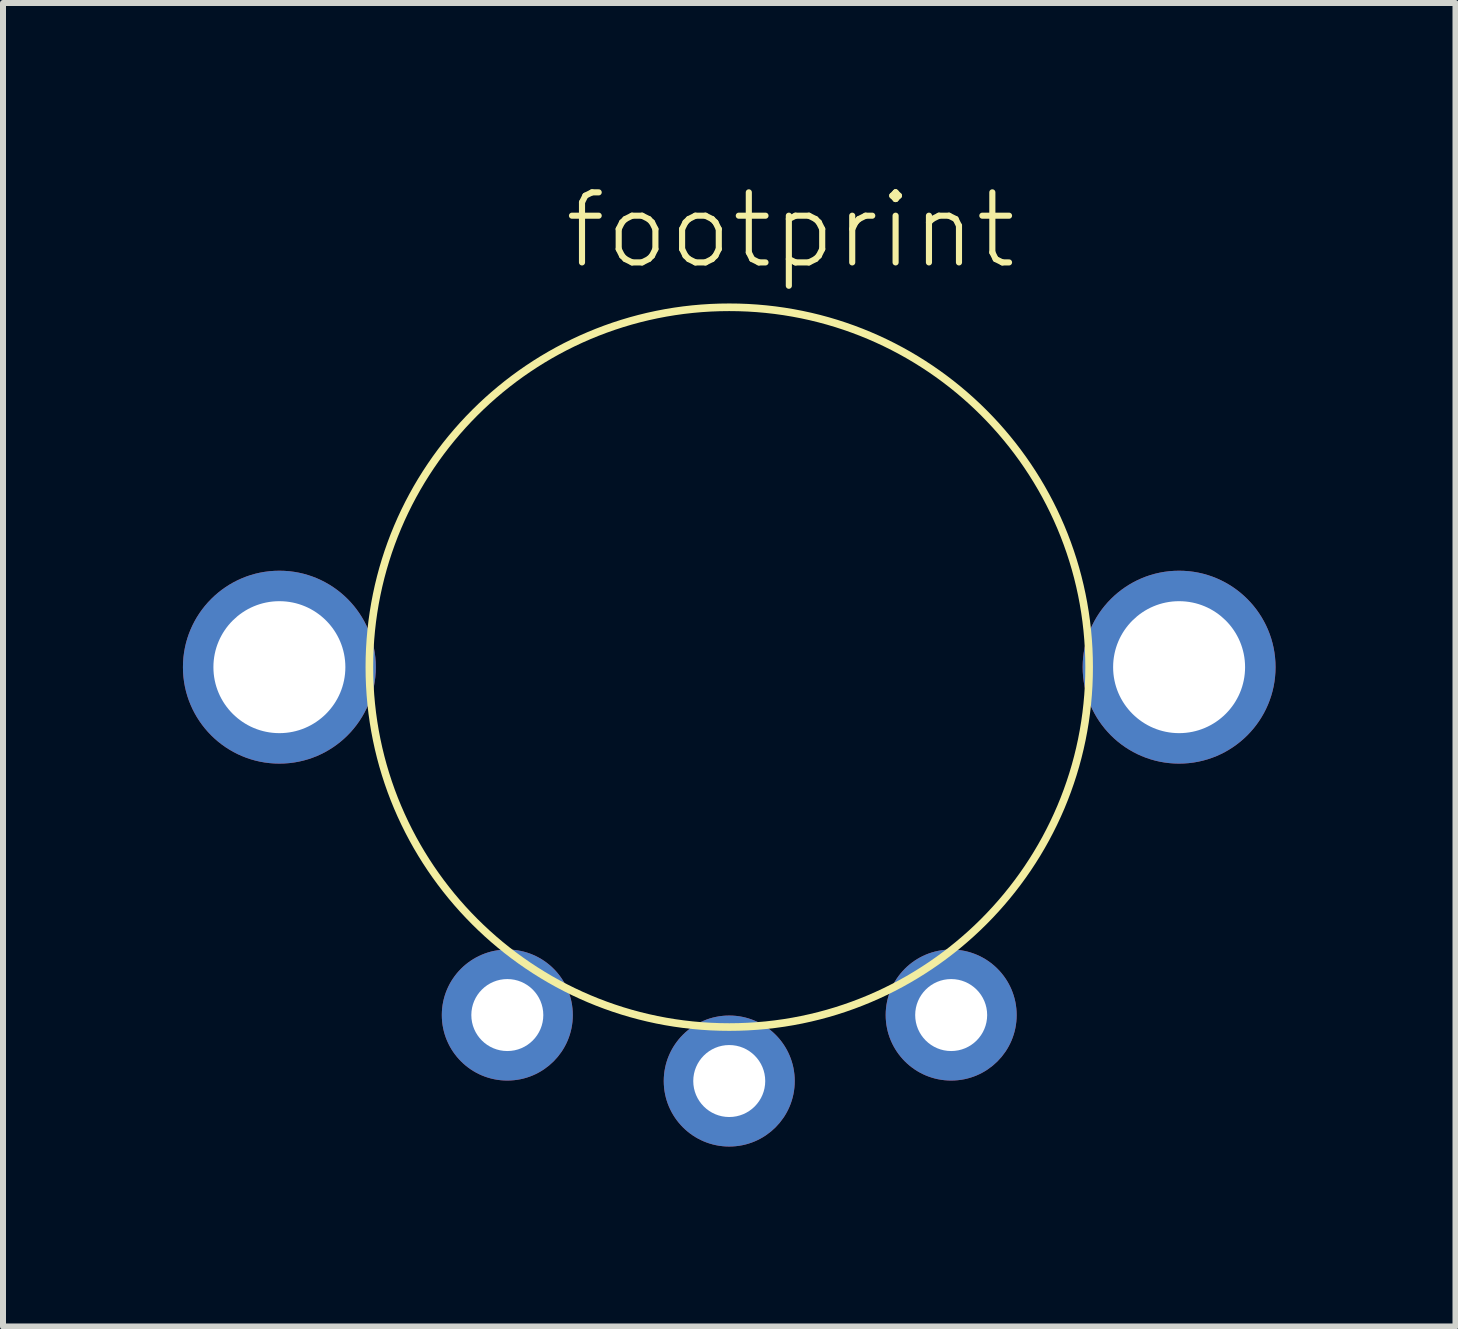
<source format=kicad_pcb>
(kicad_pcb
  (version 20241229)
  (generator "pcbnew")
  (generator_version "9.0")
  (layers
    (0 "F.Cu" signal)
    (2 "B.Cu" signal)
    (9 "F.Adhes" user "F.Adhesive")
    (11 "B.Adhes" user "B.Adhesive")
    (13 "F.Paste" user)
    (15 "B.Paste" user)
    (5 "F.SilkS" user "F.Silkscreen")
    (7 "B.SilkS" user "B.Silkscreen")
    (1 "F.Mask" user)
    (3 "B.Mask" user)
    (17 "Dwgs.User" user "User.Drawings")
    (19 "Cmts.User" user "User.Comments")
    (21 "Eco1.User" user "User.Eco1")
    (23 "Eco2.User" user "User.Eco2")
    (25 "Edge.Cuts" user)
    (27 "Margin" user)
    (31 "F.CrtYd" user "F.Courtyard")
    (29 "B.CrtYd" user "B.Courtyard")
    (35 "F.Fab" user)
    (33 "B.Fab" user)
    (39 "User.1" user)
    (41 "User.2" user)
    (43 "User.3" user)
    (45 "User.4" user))
  (footprint "footprint"
    (layer "F.Cu")
    (at 9.108 8.073)
    (property "Reference" "footprint" (at -2.8 -6.6 0) (layer "F.SilkS") (effects (font (size 1.168 1.168) (thickness 0.102)) (justify left bottom)))
    (fp_circle (center 0 0) (end 6 0) (stroke (width 0.127) (type solid)) (fill no) (layer "F.SilkS"))
    (pad "1" thru_hole circle (at -3.7 5.8) (size 2.184 2.184) (drill 1.2) (layers "*.Cu" "*.Mask"))
    (pad "2" thru_hole circle (at 0 6.9) (size 2.184 2.184) (drill 1.2) (layers "*.Cu" "*.Mask"))
    (pad "3" thru_hole circle (at 3.7 5.8) (size 2.184 2.184) (drill 1.2) (layers "*.Cu" "*.Mask"))
    (pad "SW1" thru_hole circle (at -7.5 0) (size 3.216 3.216) (drill 2.2) (layers "*.Cu" "*.Mask"))
    (pad "SW2" thru_hole circle (at 7.5 0) (size 3.216 3.216) (drill 2.2) (layers "*.Cu" "*.Mask")))
  (gr_rect
    (start -3 -3)
    (end 21.216 19.065)
    (stroke (width 0.1) (type default))
    (fill no)
    (layer "Edge.Cuts")))
</source>
